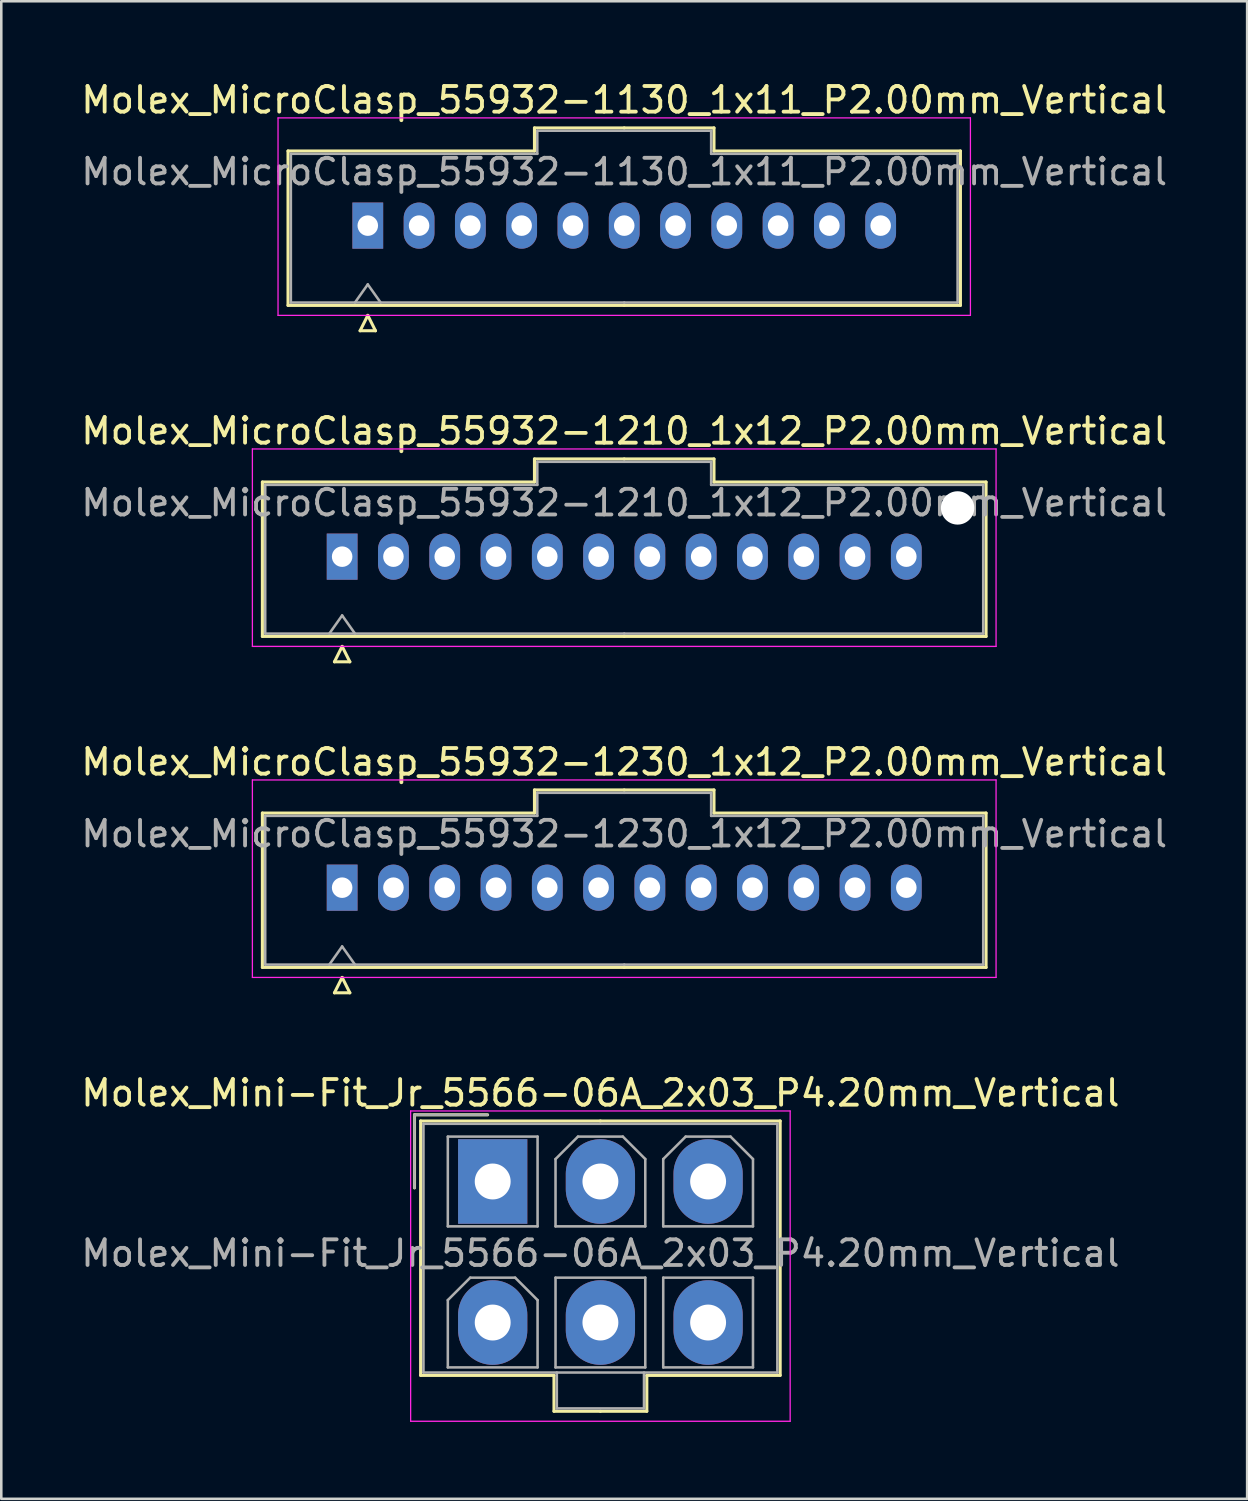
<source format=kicad_pcb>
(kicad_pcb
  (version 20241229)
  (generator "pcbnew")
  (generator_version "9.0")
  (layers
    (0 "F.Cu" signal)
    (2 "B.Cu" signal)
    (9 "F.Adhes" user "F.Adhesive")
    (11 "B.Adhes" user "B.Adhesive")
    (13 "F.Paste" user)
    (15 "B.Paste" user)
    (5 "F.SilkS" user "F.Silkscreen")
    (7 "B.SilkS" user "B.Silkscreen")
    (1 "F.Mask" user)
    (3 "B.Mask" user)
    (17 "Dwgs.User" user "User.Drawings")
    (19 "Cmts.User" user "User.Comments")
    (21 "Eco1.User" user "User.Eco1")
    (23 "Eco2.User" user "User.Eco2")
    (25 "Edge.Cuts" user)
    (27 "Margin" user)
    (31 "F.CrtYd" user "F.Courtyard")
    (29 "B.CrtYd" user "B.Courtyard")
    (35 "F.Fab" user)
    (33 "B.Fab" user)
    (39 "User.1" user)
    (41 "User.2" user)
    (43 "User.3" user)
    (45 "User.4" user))
  (footprint "Molex_MicroClasp_55932-1230_1x12_P2.00mm_Vertical"
    (layer "F.Cu")
    (at 10.292 31.565)
    (property "Reference" "Molex_MicroClasp_55932-1230_1x12_P2.00mm_Vertical" (at 11 -4.9 0) (layer "F.SilkS") (effects (font (size 1 1) (thickness 0.15))))
    (attr through_hole)
    (fp_line (start -3.11 -2.91) (end -3.11 3.11) (stroke (width 0.12) (type solid)) (layer "F.SilkS"))
    (fp_line (start -3.11 3.11) (end 11 3.11) (stroke (width 0.12) (type solid)) (layer "F.SilkS"))
    (fp_line (start -0.3 4.1) (end 0.3 4.1) (stroke (width 0.12) (type solid)) (layer "F.SilkS"))
    (fp_line (start 0 3.5) (end -0.3 4.1) (stroke (width 0.12) (type solid)) (layer "F.SilkS"))
    (fp_line (start 0.3 4.1) (end 0 3.5) (stroke (width 0.12) (type solid)) (layer "F.SilkS"))
    (fp_line (start 7.5 -3.81) (end 7.5 -2.91) (stroke (width 0.12) (type solid)) (layer "F.SilkS"))
    (fp_line (start 7.5 -2.91) (end -3.11 -2.91) (stroke (width 0.12) (type solid)) (layer "F.SilkS"))
    (fp_line (start 11 -3.81) (end 7.5 -3.81) (stroke (width 0.12) (type solid)) (layer "F.SilkS"))
    (fp_line (start 11 -3.81) (end 14.5 -3.81) (stroke (width 0.12) (type solid)) (layer "F.SilkS"))
    (fp_line (start 14.5 -3.81) (end 14.5 -2.91) (stroke (width 0.12) (type solid)) (layer "F.SilkS"))
    (fp_line (start 14.5 -2.91) (end 25.11 -2.91) (stroke (width 0.12) (type solid)) (layer "F.SilkS"))
    (fp_line (start 25.11 -2.91) (end 25.11 3.11) (stroke (width 0.12) (type solid)) (layer "F.SilkS"))
    (fp_line (start 25.11 3.11) (end 11 3.11) (stroke (width 0.12) (type solid)) (layer "F.SilkS"))
    (fp_line (start -3.5 -4.2) (end -3.5 3.5) (stroke (width 0.05) (type solid)) (layer "F.CrtYd"))
    (fp_line (start -3.5 3.5) (end 25.5 3.5) (stroke (width 0.05) (type solid)) (layer "F.CrtYd"))
    (fp_line (start 25.5 -4.2) (end -3.5 -4.2) (stroke (width 0.05) (type solid)) (layer "F.CrtYd"))
    (fp_line (start 25.5 3.5) (end 25.5 -4.2) (stroke (width 0.05) (type solid)) (layer "F.CrtYd"))
    (fp_line (start -3 -2.8) (end -3 3) (stroke (width 0.1) (type solid)) (layer "F.Fab"))
    (fp_line (start -3 3) (end 11 3) (stroke (width 0.1) (type solid)) (layer "F.Fab"))
    (fp_line (start -0.5 3) (end 0 2.293) (stroke (width 0.1) (type solid)) (layer "F.Fab"))
    (fp_line (start 0 2.293) (end 0.5 3) (stroke (width 0.1) (type solid)) (layer "F.Fab"))
    (fp_line (start 7.61 -3.7) (end 7.61 -2.8) (stroke (width 0.1) (type solid)) (layer "F.Fab"))
    (fp_line (start 7.61 -2.8) (end -3 -2.8) (stroke (width 0.1) (type solid)) (layer "F.Fab"))
    (fp_line (start 11 -3.7) (end 7.61 -3.7) (stroke (width 0.1) (type solid)) (layer "F.Fab"))
    (fp_line (start 11 -3.7) (end 14.39 -3.7) (stroke (width 0.1) (type solid)) (layer "F.Fab"))
    (fp_line (start 14.39 -3.7) (end 14.39 -2.8) (stroke (width 0.1) (type solid)) (layer "F.Fab"))
    (fp_line (start 14.39 -2.8) (end 25 -2.8) (stroke (width 0.1) (type solid)) (layer "F.Fab"))
    (fp_line (start 25 -2.8) (end 25 3) (stroke (width 0.1) (type solid)) (layer "F.Fab"))
    (fp_line (start 25 3) (end 11 3) (stroke (width 0.1) (type solid)) (layer "F.Fab"))
    (fp_text user "${REFERENCE}" (at 11 -2.1 0) (layer "F.Fab") (effects (font (size 1 1) (thickness 0.15))))
    (pad "1" thru_hole rect (at 0 0) (size 1.2 1.8) (drill 0.8) (layers "*.Cu" "*.Mask"))
    (pad "2" thru_hole oval (at 2 0) (size 1.2 1.8) (drill 0.8) (layers "*.Cu" "*.Mask"))
    (pad "3" thru_hole oval (at 4 0) (size 1.2 1.8) (drill 0.8) (layers "*.Cu" "*.Mask"))
    (pad "4" thru_hole oval (at 6 0) (size 1.2 1.8) (drill 0.8) (layers "*.Cu" "*.Mask"))
    (pad "5" thru_hole oval (at 8 0) (size 1.2 1.8) (drill 0.8) (layers "*.Cu" "*.Mask"))
    (pad "6" thru_hole oval (at 10 0) (size 1.2 1.8) (drill 0.8) (layers "*.Cu" "*.Mask"))
    (pad "7" thru_hole oval (at 12 0) (size 1.2 1.8) (drill 0.8) (layers "*.Cu" "*.Mask"))
    (pad "8" thru_hole oval (at 14 0) (size 1.2 1.8) (drill 0.8) (layers "*.Cu" "*.Mask"))
    (pad "9" thru_hole oval (at 16 0) (size 1.2 1.8) (drill 0.8) (layers "*.Cu" "*.Mask"))
    (pad "10" thru_hole oval (at 18 0) (size 1.2 1.8) (drill 0.8) (layers "*.Cu" "*.Mask"))
    (pad "11" thru_hole oval (at 20 0) (size 1.2 1.8) (drill 0.8) (layers "*.Cu" "*.Mask"))
    (pad "12" thru_hole oval (at 22 0) (size 1.2 1.8) (drill 0.8) (layers "*.Cu" "*.Mask")))
  (footprint "Molex_MicroClasp_55932-1130_1x11_P2.00mm_Vertical"
    (layer "F.Cu")
    (at 11.292 5.748)
    (property "Reference" "Molex_MicroClasp_55932-1130_1x11_P2.00mm_Vertical" (at 10 -4.9 0) (layer "F.SilkS") (effects (font (size 1 1) (thickness 0.15))))
    (attr through_hole)
    (fp_line (start -3.11 -2.91) (end -3.11 3.11) (stroke (width 0.12) (type solid)) (layer "F.SilkS"))
    (fp_line (start -3.11 3.11) (end 10 3.11) (stroke (width 0.12) (type solid)) (layer "F.SilkS"))
    (fp_line (start -0.3 4.1) (end 0.3 4.1) (stroke (width 0.12) (type solid)) (layer "F.SilkS"))
    (fp_line (start 0 3.5) (end -0.3 4.1) (stroke (width 0.12) (type solid)) (layer "F.SilkS"))
    (fp_line (start 0.3 4.1) (end 0 3.5) (stroke (width 0.12) (type solid)) (layer "F.SilkS"))
    (fp_line (start 6.5 -3.81) (end 6.5 -2.91) (stroke (width 0.12) (type solid)) (layer "F.SilkS"))
    (fp_line (start 6.5 -2.91) (end -3.11 -2.91) (stroke (width 0.12) (type solid)) (layer "F.SilkS"))
    (fp_line (start 10 -3.81) (end 6.5 -3.81) (stroke (width 0.12) (type solid)) (layer "F.SilkS"))
    (fp_line (start 10 -3.81) (end 13.5 -3.81) (stroke (width 0.12) (type solid)) (layer "F.SilkS"))
    (fp_line (start 13.5 -3.81) (end 13.5 -2.91) (stroke (width 0.12) (type solid)) (layer "F.SilkS"))
    (fp_line (start 13.5 -2.91) (end 23.11 -2.91) (stroke (width 0.12) (type solid)) (layer "F.SilkS"))
    (fp_line (start 23.11 -2.91) (end 23.11 3.11) (stroke (width 0.12) (type solid)) (layer "F.SilkS"))
    (fp_line (start 23.11 3.11) (end 10 3.11) (stroke (width 0.12) (type solid)) (layer "F.SilkS"))
    (fp_line (start -3.5 -4.2) (end -3.5 3.5) (stroke (width 0.05) (type solid)) (layer "F.CrtYd"))
    (fp_line (start -3.5 3.5) (end 23.5 3.5) (stroke (width 0.05) (type solid)) (layer "F.CrtYd"))
    (fp_line (start 23.5 -4.2) (end -3.5 -4.2) (stroke (width 0.05) (type solid)) (layer "F.CrtYd"))
    (fp_line (start 23.5 3.5) (end 23.5 -4.2) (stroke (width 0.05) (type solid)) (layer "F.CrtYd"))
    (fp_line (start -3 -2.8) (end -3 3) (stroke (width 0.1) (type solid)) (layer "F.Fab"))
    (fp_line (start -3 3) (end 10 3) (stroke (width 0.1) (type solid)) (layer "F.Fab"))
    (fp_line (start -0.5 3) (end 0 2.293) (stroke (width 0.1) (type solid)) (layer "F.Fab"))
    (fp_line (start 0 2.293) (end 0.5 3) (stroke (width 0.1) (type solid)) (layer "F.Fab"))
    (fp_line (start 6.61 -3.7) (end 6.61 -2.8) (stroke (width 0.1) (type solid)) (layer "F.Fab"))
    (fp_line (start 6.61 -2.8) (end -3 -2.8) (stroke (width 0.1) (type solid)) (layer "F.Fab"))
    (fp_line (start 10 -3.7) (end 6.61 -3.7) (stroke (width 0.1) (type solid)) (layer "F.Fab"))
    (fp_line (start 10 -3.7) (end 13.39 -3.7) (stroke (width 0.1) (type solid)) (layer "F.Fab"))
    (fp_line (start 13.39 -3.7) (end 13.39 -2.8) (stroke (width 0.1) (type solid)) (layer "F.Fab"))
    (fp_line (start 13.39 -2.8) (end 23 -2.8) (stroke (width 0.1) (type solid)) (layer "F.Fab"))
    (fp_line (start 23 -2.8) (end 23 3) (stroke (width 0.1) (type solid)) (layer "F.Fab"))
    (fp_line (start 23 3) (end 10 3) (stroke (width 0.1) (type solid)) (layer "F.Fab"))
    (fp_text user "${REFERENCE}" (at 10 -2.1 0) (layer "F.Fab") (effects (font (size 1 1) (thickness 0.15))))
    (pad "1" thru_hole rect (at 0 0) (size 1.2 1.8) (drill 0.8) (layers "*.Cu" "*.Mask"))
    (pad "2" thru_hole oval (at 2 0) (size 1.2 1.8) (drill 0.8) (layers "*.Cu" "*.Mask"))
    (pad "3" thru_hole oval (at 4 0) (size 1.2 1.8) (drill 0.8) (layers "*.Cu" "*.Mask"))
    (pad "4" thru_hole oval (at 6 0) (size 1.2 1.8) (drill 0.8) (layers "*.Cu" "*.Mask"))
    (pad "5" thru_hole oval (at 8 0) (size 1.2 1.8) (drill 0.8) (layers "*.Cu" "*.Mask"))
    (pad "6" thru_hole oval (at 10 0) (size 1.2 1.8) (drill 0.8) (layers "*.Cu" "*.Mask"))
    (pad "7" thru_hole oval (at 12 0) (size 1.2 1.8) (drill 0.8) (layers "*.Cu" "*.Mask"))
    (pad "8" thru_hole oval (at 14 0) (size 1.2 1.8) (drill 0.8) (layers "*.Cu" "*.Mask"))
    (pad "9" thru_hole oval (at 16 0) (size 1.2 1.8) (drill 0.8) (layers "*.Cu" "*.Mask"))
    (pad "10" thru_hole oval (at 18 0) (size 1.2 1.8) (drill 0.8) (layers "*.Cu" "*.Mask"))
    (pad "11" thru_hole oval (at 20 0) (size 1.2 1.8) (drill 0.8) (layers "*.Cu" "*.Mask")))
  (footprint "Molex_MicroClasp_55932-1210_1x12_P2.00mm_Vertical"
    (layer "F.Cu")
    (at 10.292 18.657)
    (property "Reference" "Molex_MicroClasp_55932-1210_1x12_P2.00mm_Vertical" (at 11 -4.9 0) (layer "F.SilkS") (effects (font (size 1 1) (thickness 0.15))))
    (attr through_hole)
    (fp_line (start -3.11 -2.91) (end -3.11 3.11) (stroke (width 0.12) (type solid)) (layer "F.SilkS"))
    (fp_line (start -3.11 3.11) (end 11 3.11) (stroke (width 0.12) (type solid)) (layer "F.SilkS"))
    (fp_line (start -0.3 4.1) (end 0.3 4.1) (stroke (width 0.12) (type solid)) (layer "F.SilkS"))
    (fp_line (start 0 3.5) (end -0.3 4.1) (stroke (width 0.12) (type solid)) (layer "F.SilkS"))
    (fp_line (start 0.3 4.1) (end 0 3.5) (stroke (width 0.12) (type solid)) (layer "F.SilkS"))
    (fp_line (start 7.5 -3.81) (end 7.5 -2.91) (stroke (width 0.12) (type solid)) (layer "F.SilkS"))
    (fp_line (start 7.5 -2.91) (end -3.11 -2.91) (stroke (width 0.12) (type solid)) (layer "F.SilkS"))
    (fp_line (start 11 -3.81) (end 7.5 -3.81) (stroke (width 0.12) (type solid)) (layer "F.SilkS"))
    (fp_line (start 11 -3.81) (end 14.5 -3.81) (stroke (width 0.12) (type solid)) (layer "F.SilkS"))
    (fp_line (start 14.5 -3.81) (end 14.5 -2.91) (stroke (width 0.12) (type solid)) (layer "F.SilkS"))
    (fp_line (start 14.5 -2.91) (end 25.11 -2.91) (stroke (width 0.12) (type solid)) (layer "F.SilkS"))
    (fp_line (start 25.11 -2.91) (end 25.11 3.11) (stroke (width 0.12) (type solid)) (layer "F.SilkS"))
    (fp_line (start 25.11 3.11) (end 11 3.11) (stroke (width 0.12) (type solid)) (layer "F.SilkS"))
    (fp_line (start -3.5 -4.2) (end -3.5 3.5) (stroke (width 0.05) (type solid)) (layer "F.CrtYd"))
    (fp_line (start -3.5 3.5) (end 25.5 3.5) (stroke (width 0.05) (type solid)) (layer "F.CrtYd"))
    (fp_line (start 25.5 -4.2) (end -3.5 -4.2) (stroke (width 0.05) (type solid)) (layer "F.CrtYd"))
    (fp_line (start 25.5 3.5) (end 25.5 -4.2) (stroke (width 0.05) (type solid)) (layer "F.CrtYd"))
    (fp_line (start -3 -2.8) (end -3 3) (stroke (width 0.1) (type solid)) (layer "F.Fab"))
    (fp_line (start -3 3) (end 11 3) (stroke (width 0.1) (type solid)) (layer "F.Fab"))
    (fp_line (start -0.5 3) (end 0 2.293) (stroke (width 0.1) (type solid)) (layer "F.Fab"))
    (fp_line (start 0 2.293) (end 0.5 3) (stroke (width 0.1) (type solid)) (layer "F.Fab"))
    (fp_line (start 7.61 -3.7) (end 7.61 -2.8) (stroke (width 0.1) (type solid)) (layer "F.Fab"))
    (fp_line (start 7.61 -2.8) (end -3 -2.8) (stroke (width 0.1) (type solid)) (layer "F.Fab"))
    (fp_line (start 11 -3.7) (end 7.61 -3.7) (stroke (width 0.1) (type solid)) (layer "F.Fab"))
    (fp_line (start 11 -3.7) (end 14.39 -3.7) (stroke (width 0.1) (type solid)) (layer "F.Fab"))
    (fp_line (start 14.39 -3.7) (end 14.39 -2.8) (stroke (width 0.1) (type solid)) (layer "F.Fab"))
    (fp_line (start 14.39 -2.8) (end 25 -2.8) (stroke (width 0.1) (type solid)) (layer "F.Fab"))
    (fp_line (start 25 -2.8) (end 25 3) (stroke (width 0.1) (type solid)) (layer "F.Fab"))
    (fp_line (start 25 3) (end 11 3) (stroke (width 0.1) (type solid)) (layer "F.Fab"))
    (fp_text user "${REFERENCE}" (at 11 -2.1 0) (layer "F.Fab") (effects (font (size 1 1) (thickness 0.15))))
    (pad "" np_thru_hole circle (at 24 -1.9) (size 1.3 1.3) (drill 1.3) (layers "*.Cu" "*.Mask"))
    (pad "1" thru_hole rect (at 0 0) (size 1.2 1.8) (drill 0.8) (layers "*.Cu" "*.Mask"))
    (pad "2" thru_hole oval (at 2 0) (size 1.2 1.8) (drill 0.8) (layers "*.Cu" "*.Mask"))
    (pad "3" thru_hole oval (at 4 0) (size 1.2 1.8) (drill 0.8) (layers "*.Cu" "*.Mask"))
    (pad "4" thru_hole oval (at 6 0) (size 1.2 1.8) (drill 0.8) (layers "*.Cu" "*.Mask"))
    (pad "5" thru_hole oval (at 8 0) (size 1.2 1.8) (drill 0.8) (layers "*.Cu" "*.Mask"))
    (pad "6" thru_hole oval (at 10 0) (size 1.2 1.8) (drill 0.8) (layers "*.Cu" "*.Mask"))
    (pad "7" thru_hole oval (at 12 0) (size 1.2 1.8) (drill 0.8) (layers "*.Cu" "*.Mask"))
    (pad "8" thru_hole oval (at 14 0) (size 1.2 1.8) (drill 0.8) (layers "*.Cu" "*.Mask"))
    (pad "9" thru_hole oval (at 16 0) (size 1.2 1.8) (drill 0.8) (layers "*.Cu" "*.Mask"))
    (pad "10" thru_hole oval (at 18 0) (size 1.2 1.8) (drill 0.8) (layers "*.Cu" "*.Mask"))
    (pad "11" thru_hole oval (at 20 0) (size 1.2 1.8) (drill 0.8) (layers "*.Cu" "*.Mask"))
    (pad "12" thru_hole oval (at 22 0) (size 1.2 1.8) (drill 0.8) (layers "*.Cu" "*.Mask")))
  (footprint "Molex_Mini-Fit_Jr_5566-06A_2x03_P4.20mm_Vertical"
    (layer "F.Cu")
    (at 16.163 43.023)
    (property "Reference" "Molex_Mini-Fit_Jr_5566-06A_2x03_P4.20mm_Vertical" (at 4.2 -3.45 0) (layer "F.SilkS") (effects (font (size 1 1) (thickness 0.15))))
    (attr through_hole)
    (fp_line (start -3.05 -2.6) (end -3.05 0.25) (stroke (width 0.12) (type solid)) (layer "F.SilkS"))
    (fp_line (start -2.81 -2.36) (end -2.81 7.56) (stroke (width 0.12) (type solid)) (layer "F.SilkS"))
    (fp_line (start -2.81 7.56) (end 2.39 7.56) (stroke (width 0.12) (type solid)) (layer "F.SilkS"))
    (fp_line (start -0.2 -2.6) (end -3.05 -2.6) (stroke (width 0.12) (type solid)) (layer "F.SilkS"))
    (fp_line (start 2.39 7.56) (end 2.39 8.96) (stroke (width 0.12) (type solid)) (layer "F.SilkS"))
    (fp_line (start 2.39 8.96) (end 4.2 8.96) (stroke (width 0.12) (type solid)) (layer "F.SilkS"))
    (fp_line (start 4.2 -2.36) (end -2.81 -2.36) (stroke (width 0.12) (type solid)) (layer "F.SilkS"))
    (fp_line (start 4.2 -2.36) (end 11.21 -2.36) (stroke (width 0.12) (type solid)) (layer "F.SilkS"))
    (fp_line (start 6.01 7.56) (end 6.01 8.96) (stroke (width 0.12) (type solid)) (layer "F.SilkS"))
    (fp_line (start 6.01 8.96) (end 4.2 8.96) (stroke (width 0.12) (type solid)) (layer "F.SilkS"))
    (fp_line (start 11.21 -2.36) (end 11.21 7.56) (stroke (width 0.12) (type solid)) (layer "F.SilkS"))
    (fp_line (start 11.21 7.56) (end 6.01 7.56) (stroke (width 0.12) (type solid)) (layer "F.SilkS"))
    (fp_line (start -3.2 -2.75) (end -3.2 9.35) (stroke (width 0.05) (type solid)) (layer "F.CrtYd"))
    (fp_line (start -3.2 9.35) (end 11.6 9.35) (stroke (width 0.05) (type solid)) (layer "F.CrtYd"))
    (fp_line (start 11.6 -2.75) (end -3.2 -2.75) (stroke (width 0.05) (type solid)) (layer "F.CrtYd"))
    (fp_line (start 11.6 9.35) (end 11.6 -2.75) (stroke (width 0.05) (type solid)) (layer "F.CrtYd"))
    (fp_line (start -3.05 -2.6) (end -3.05 0.25) (stroke (width 0.1) (type solid)) (layer "F.Fab"))
    (fp_line (start -2.7 -2.25) (end -2.7 7.45) (stroke (width 0.1) (type solid)) (layer "F.Fab"))
    (fp_line (start -2.7 7.45) (end 11.1 7.45) (stroke (width 0.1) (type solid)) (layer "F.Fab"))
    (fp_line (start -1.75 -1.75) (end -1.75 1.75) (stroke (width 0.1) (type solid)) (layer "F.Fab"))
    (fp_line (start -1.75 1.75) (end 1.75 1.75) (stroke (width 0.1) (type solid)) (layer "F.Fab"))
    (fp_line (start -1.75 4.625) (end -0.875 3.75) (stroke (width 0.1) (type solid)) (layer "F.Fab"))
    (fp_line (start -1.75 7.25) (end -1.75 4.625) (stroke (width 0.1) (type solid)) (layer "F.Fab"))
    (fp_line (start -0.875 3.75) (end 0.875 3.75) (stroke (width 0.1) (type solid)) (layer "F.Fab"))
    (fp_line (start -0.2 -2.6) (end -3.05 -2.6) (stroke (width 0.1) (type solid)) (layer "F.Fab"))
    (fp_line (start 0.875 3.75) (end 1.75 4.625) (stroke (width 0.1) (type solid)) (layer "F.Fab"))
    (fp_line (start 1.75 -1.75) (end -1.75 -1.75) (stroke (width 0.1) (type solid)) (layer "F.Fab"))
    (fp_line (start 1.75 1.75) (end 1.75 -1.75) (stroke (width 0.1) (type solid)) (layer "F.Fab"))
    (fp_line (start 1.75 4.625) (end 1.75 7.25) (stroke (width 0.1) (type solid)) (layer "F.Fab"))
    (fp_line (start 1.75 7.25) (end -1.75 7.25) (stroke (width 0.1) (type solid)) (layer "F.Fab"))
    (fp_line (start 2.45 -0.875) (end 3.325 -1.75) (stroke (width 0.1) (type solid)) (layer "F.Fab"))
    (fp_line (start 2.45 1.75) (end 2.45 -0.875) (stroke (width 0.1) (type solid)) (layer "F.Fab"))
    (fp_line (start 2.45 3.75) (end 2.45 7.25) (stroke (width 0.1) (type solid)) (layer "F.Fab"))
    (fp_line (start 2.45 7.25) (end 5.95 7.25) (stroke (width 0.1) (type solid)) (layer "F.Fab"))
    (fp_line (start 2.5 7.45) (end 2.5 8.85) (stroke (width 0.1) (type solid)) (layer "F.Fab"))
    (fp_line (start 2.5 8.85) (end 5.9 8.85) (stroke (width 0.1) (type solid)) (layer "F.Fab"))
    (fp_line (start 3.325 -1.75) (end 5.075 -1.75) (stroke (width 0.1) (type solid)) (layer "F.Fab"))
    (fp_line (start 5.075 -1.75) (end 5.95 -0.875) (stroke (width 0.1) (type solid)) (layer "F.Fab"))
    (fp_line (start 5.9 8.85) (end 5.9 7.45) (stroke (width 0.1) (type solid)) (layer "F.Fab"))
    (fp_line (start 5.95 -0.875) (end 5.95 1.75) (stroke (width 0.1) (type solid)) (layer "F.Fab"))
    (fp_line (start 5.95 1.75) (end 2.45 1.75) (stroke (width 0.1) (type solid)) (layer "F.Fab"))
    (fp_line (start 5.95 3.75) (end 2.45 3.75) (stroke (width 0.1) (type solid)) (layer "F.Fab"))
    (fp_line (start 5.95 7.25) (end 5.95 3.75) (stroke (width 0.1) (type solid)) (layer "F.Fab"))
    (fp_line (start 6.65 -0.875) (end 7.525 -1.75) (stroke (width 0.1) (type solid)) (layer "F.Fab"))
    (fp_line (start 6.65 1.75) (end 6.65 -0.875) (stroke (width 0.1) (type solid)) (layer "F.Fab"))
    (fp_line (start 6.65 3.75) (end 6.65 7.25) (stroke (width 0.1) (type solid)) (layer "F.Fab"))
    (fp_line (start 6.65 7.25) (end 10.15 7.25) (stroke (width 0.1) (type solid)) (layer "F.Fab"))
    (fp_line (start 7.525 -1.75) (end 9.275 -1.75) (stroke (width 0.1) (type solid)) (layer "F.Fab"))
    (fp_line (start 9.275 -1.75) (end 10.15 -0.875) (stroke (width 0.1) (type solid)) (layer "F.Fab"))
    (fp_line (start 10.15 -0.875) (end 10.15 1.75) (stroke (width 0.1) (type solid)) (layer "F.Fab"))
    (fp_line (start 10.15 1.75) (end 6.65 1.75) (stroke (width 0.1) (type solid)) (layer "F.Fab"))
    (fp_line (start 10.15 3.75) (end 6.65 3.75) (stroke (width 0.1) (type solid)) (layer "F.Fab"))
    (fp_line (start 10.15 7.25) (end 10.15 3.75) (stroke (width 0.1) (type solid)) (layer "F.Fab"))
    (fp_line (start 11.1 -2.25) (end -2.7 -2.25) (stroke (width 0.1) (type solid)) (layer "F.Fab"))
    (fp_line (start 11.1 7.45) (end 11.1 -2.25) (stroke (width 0.1) (type solid)) (layer "F.Fab"))
    (fp_text user "${REFERENCE}" (at 4.2 2.8 0) (layer "F.Fab") (effects (font (size 1 1) (thickness 0.15))))
    (pad "1" thru_hole rect (at 0 0) (size 2.7 3.3) (drill 1.4) (layers "*.Cu" "*.Mask"))
    (pad "2" thru_hole oval (at 4.2 0) (size 2.7 3.3) (drill 1.4) (layers "*.Cu" "*.Mask"))
    (pad "3" thru_hole oval (at 8.4 0) (size 2.7 3.3) (drill 1.4) (layers "*.Cu" "*.Mask"))
    (pad "4" thru_hole oval (at 0 5.5) (size 2.7 3.3) (drill 1.4) (layers "*.Cu" "*.Mask"))
    (pad "5" thru_hole oval (at 4.2 5.5) (size 2.7 3.3) (drill 1.4) (layers "*.Cu" "*.Mask"))
    (pad "6" thru_hole oval (at 8.4 5.5) (size 2.7 3.3) (drill 1.4) (layers "*.Cu" "*.Mask")))
  (gr_rect
    (start -3 -3)
    (end 45.583 55.398)
    (stroke (width 0.1) (type default))
    (fill no)
    (layer "Edge.Cuts")))
</source>
